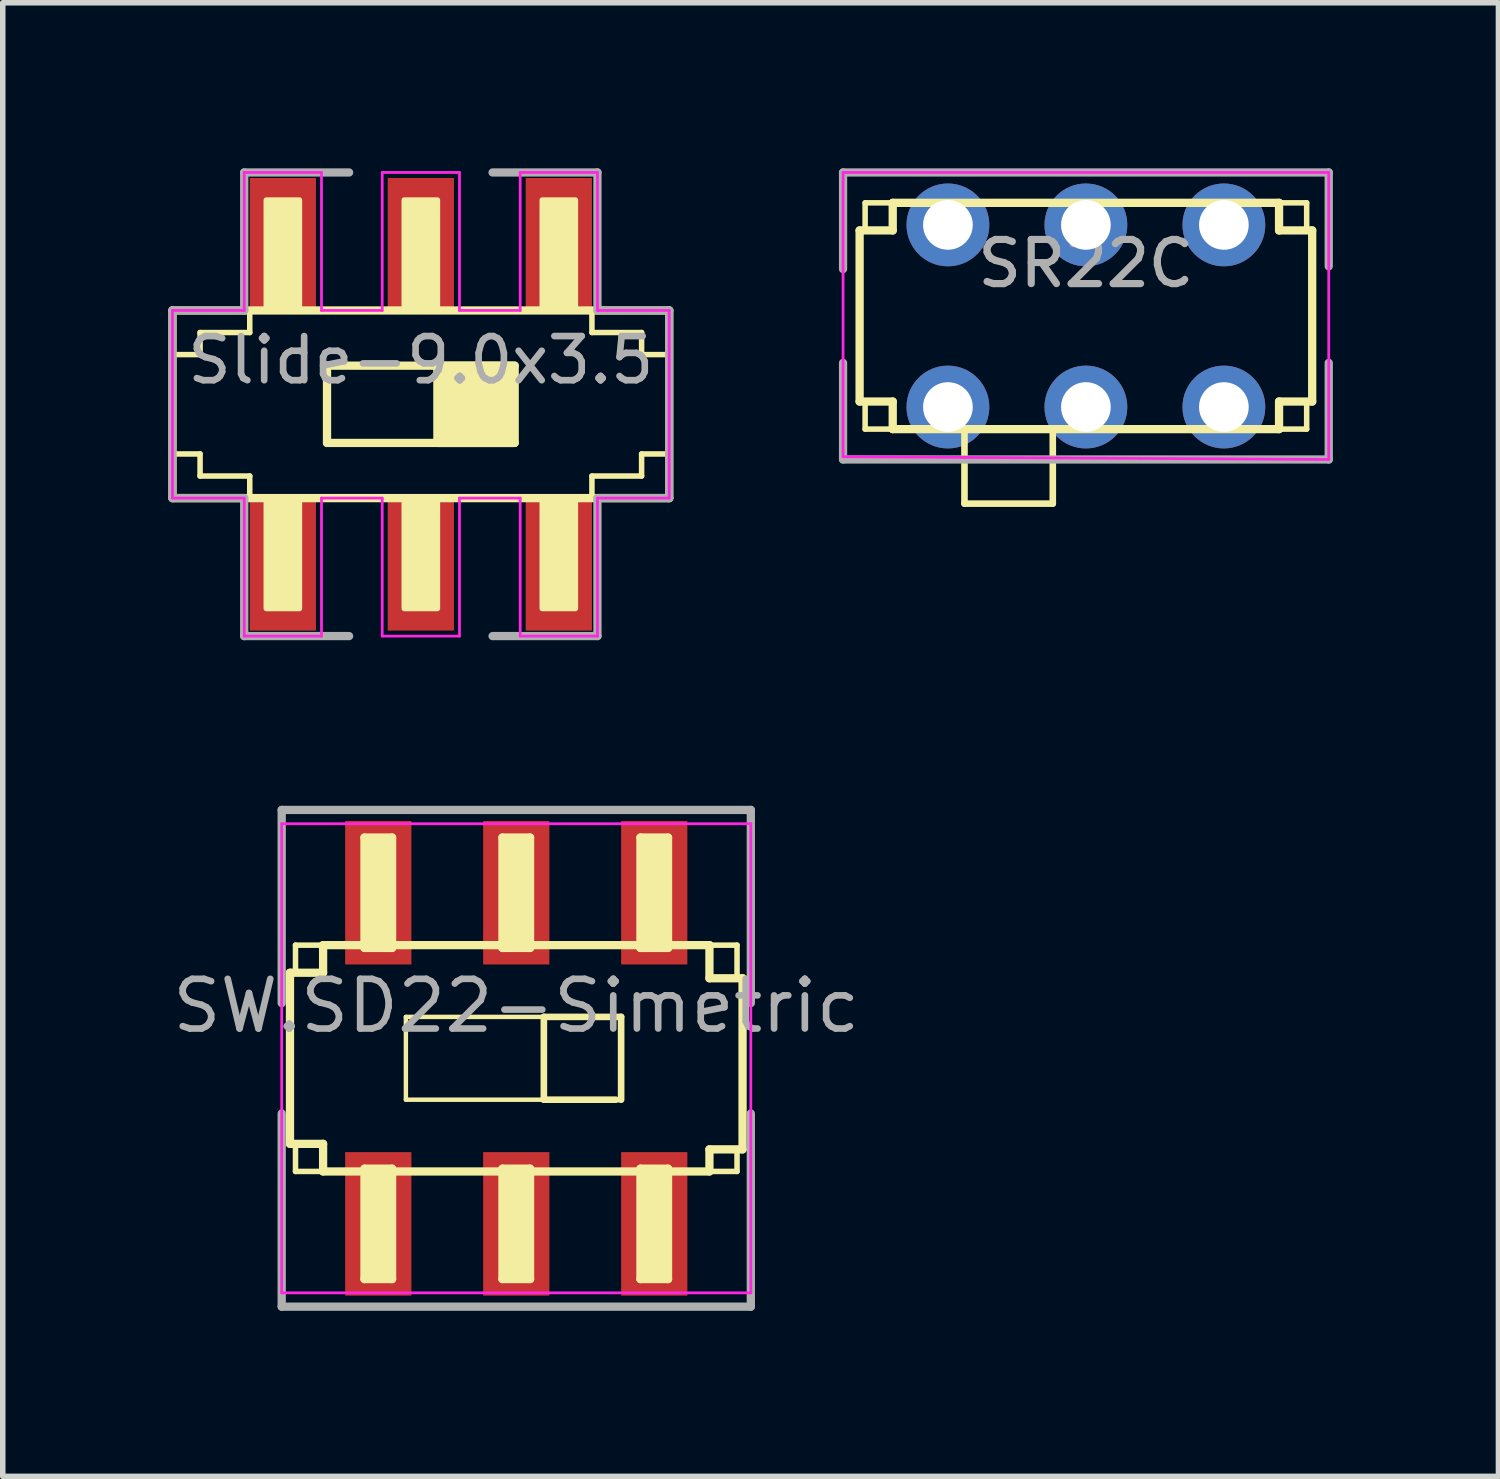
<source format=kicad_pcb>
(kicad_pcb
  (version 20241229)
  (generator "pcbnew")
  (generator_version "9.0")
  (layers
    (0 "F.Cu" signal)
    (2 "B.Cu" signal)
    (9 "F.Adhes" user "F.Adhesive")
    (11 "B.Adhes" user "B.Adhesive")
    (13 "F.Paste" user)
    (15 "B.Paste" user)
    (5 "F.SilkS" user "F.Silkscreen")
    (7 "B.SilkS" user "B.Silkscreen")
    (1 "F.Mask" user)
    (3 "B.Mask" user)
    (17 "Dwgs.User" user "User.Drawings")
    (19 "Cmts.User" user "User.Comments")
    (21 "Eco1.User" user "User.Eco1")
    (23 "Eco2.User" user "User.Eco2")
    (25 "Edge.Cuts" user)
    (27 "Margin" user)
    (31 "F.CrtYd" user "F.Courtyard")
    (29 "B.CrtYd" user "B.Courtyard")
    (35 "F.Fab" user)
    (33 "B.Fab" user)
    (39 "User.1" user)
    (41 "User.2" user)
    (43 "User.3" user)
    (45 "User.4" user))
  (footprint "Slide-9.0x3.5"
    (layer "F.Cu")
    (at 4.575 4.275)
    (property "Reference" "Slide-9.0x3.5" (at 0 -0.8 0) (layer "F.Fab") (effects (font (size 0.8 0.8) (thickness 0.12))))
    (attr through_hole)
    (fp_line (start -4.5 -1.7) (end -4.5 1.7) (stroke (width 0.15) (type solid)) (layer "F.SilkS"))
    (fp_line (start -4.5 -1.7) (end 4.5 -1.7) (stroke (width 0.15) (type solid)) (layer "F.SilkS"))
    (fp_line (start -4.5 0.9) (end -4 0.9) (stroke (width 0.1) (type solid)) (layer "F.SilkS"))
    (fp_line (start -4.5 1.7) (end 4.5 1.7) (stroke (width 0.15) (type solid)) (layer "F.SilkS"))
    (fp_line (start -4 -0.9) (end -4.5 -0.9) (stroke (width 0.1) (type solid)) (layer "F.SilkS"))
    (fp_line (start -4 -0.9) (end -4 -1.3) (stroke (width 0.1) (type solid)) (layer "F.SilkS"))
    (fp_line (start -4 1.3) (end -4 0.9) (stroke (width 0.1) (type solid)) (layer "F.SilkS"))
    (fp_line (start -4 1.3) (end -3.1 1.3) (stroke (width 0.1) (type solid)) (layer "F.SilkS"))
    (fp_line (start -3.1 -1.3) (end -4 -1.3) (stroke (width 0.1) (type solid)) (layer "F.SilkS"))
    (fp_line (start -3.1 -1.3) (end -3.1 -1.7) (stroke (width 0.1) (type solid)) (layer "F.SilkS"))
    (fp_line (start -3.1 1.7) (end -3.1 1.3) (stroke (width 0.1) (type solid)) (layer "F.SilkS"))
    (fp_line (start -1.7 -0.7) (end 1.7 -0.7) (stroke (width 0.15) (type solid)) (layer "F.SilkS"))
    (fp_line (start -1.7 0.7) (end -1.7 -0.7) (stroke (width 0.15) (type solid)) (layer "F.SilkS"))
    (fp_line (start -1.7 0.7) (end 1.7 0.7) (stroke (width 0.15) (type solid)) (layer "F.SilkS"))
    (fp_line (start 3.1 -1.7) (end 3.1 -1.3) (stroke (width 0.1) (type solid)) (layer "F.SilkS"))
    (fp_line (start 3.1 1.3) (end 3.1 1.7) (stroke (width 0.1) (type solid)) (layer "F.SilkS"))
    (fp_line (start 3.1 1.3) (end 4 1.3) (stroke (width 0.1) (type solid)) (layer "F.SilkS"))
    (fp_line (start 4 -1.3) (end 3.1 -1.3) (stroke (width 0.1) (type solid)) (layer "F.SilkS"))
    (fp_line (start 4 -1.3) (end 4 -0.9) (stroke (width 0.1) (type solid)) (layer "F.SilkS"))
    (fp_line (start 4 0.9) (end 4 1.3) (stroke (width 0.1) (type solid)) (layer "F.SilkS"))
    (fp_line (start 4 0.9) (end 4.5 0.9) (stroke (width 0.1) (type solid)) (layer "F.SilkS"))
    (fp_line (start 4.5 -1.7) (end 4.5 1.7) (stroke (width 0.15) (type solid)) (layer "F.SilkS"))
    (fp_line (start 4.5 -0.9) (end 4 -0.9) (stroke (width 0.1) (type solid)) (layer "F.SilkS"))
    (fp_rect (start -2.8 -3.7) (end -2.2 -1.7) (stroke (width 0.1) (type solid)) (fill yes) (layer "F.SilkS"))
    (fp_rect (start -2.8 1.7) (end -2.2 3.7) (stroke (width 0.1) (type solid)) (fill yes) (layer "F.SilkS"))
    (fp_rect (start -0.3 -3.7) (end 0.3 -1.7) (stroke (width 0.1) (type solid)) (fill yes) (layer "F.SilkS"))
    (fp_rect (start -0.3 1.7) (end 0.3 3.7) (stroke (width 0.1) (type solid)) (fill yes) (layer "F.SilkS"))
    (fp_rect (start 2.2 -3.7) (end 2.8 -1.7) (stroke (width 0.1) (type solid)) (fill yes) (layer "F.SilkS"))
    (fp_rect (start 2.2 1.7) (end 2.8 3.7) (stroke (width 0.1) (type solid)) (fill yes) (layer "F.SilkS"))
    (fp_poly (pts (xy 1.7 0.7) (xy 0.3 0.7) (xy 0.3 -0.7) (xy 1.7 -0.7)) (stroke (width 0.15) (type solid)) (fill yes) (layer "F.SilkS"))
    (fp_line (start -4.5 1.7) (end -4.5 -1.7) (stroke (width 0.05) (type solid)) (layer "F.CrtYd"))
    (fp_line (start -3.2 -4.2) (end -1.8 -4.2) (stroke (width 0.05) (type solid)) (layer "F.CrtYd"))
    (fp_line (start -3.2 -1.7) (end -4.5 -1.7) (stroke (width 0.05) (type solid)) (layer "F.CrtYd"))
    (fp_line (start -3.2 -1.7) (end -3.2 -4.2) (stroke (width 0.05) (type solid)) (layer "F.CrtYd"))
    (fp_line (start -3.2 1.7) (end -4.5 1.7) (stroke (width 0.05) (type solid)) (layer "F.CrtYd"))
    (fp_line (start -3.2 4.2) (end -3.2 1.7) (stroke (width 0.05) (type solid)) (layer "F.CrtYd"))
    (fp_line (start -3.2 4.2) (end -1.8 4.2) (stroke (width 0.05) (type solid)) (layer "F.CrtYd"))
    (fp_line (start -1.8 -1.7) (end -1.8 -4.2) (stroke (width 0.05) (type solid)) (layer "F.CrtYd"))
    (fp_line (start -1.8 -1.7) (end -0.7 -1.7) (stroke (width 0.05) (type solid)) (layer "F.CrtYd"))
    (fp_line (start -1.8 1.7) (end -0.7 1.7) (stroke (width 0.05) (type solid)) (layer "F.CrtYd"))
    (fp_line (start -1.8 4.2) (end -1.8 1.7) (stroke (width 0.05) (type solid)) (layer "F.CrtYd"))
    (fp_line (start -0.7 -4.2) (end 0.7 -4.2) (stroke (width 0.05) (type solid)) (layer "F.CrtYd"))
    (fp_line (start -0.7 -1.7) (end -0.7 -4.2) (stroke (width 0.05) (type solid)) (layer "F.CrtYd"))
    (fp_line (start -0.7 4.2) (end -0.7 1.7) (stroke (width 0.05) (type solid)) (layer "F.CrtYd"))
    (fp_line (start -0.7 4.2) (end 0.7 4.2) (stroke (width 0.05) (type solid)) (layer "F.CrtYd"))
    (fp_line (start 0.7 -1.7) (end 0.7 -4.2) (stroke (width 0.05) (type solid)) (layer "F.CrtYd"))
    (fp_line (start 0.7 -1.7) (end 1.8 -1.7) (stroke (width 0.05) (type solid)) (layer "F.CrtYd"))
    (fp_line (start 0.7 1.7) (end 1.8 1.7) (stroke (width 0.05) (type solid)) (layer "F.CrtYd"))
    (fp_line (start 0.7 4.2) (end 0.7 1.7) (stroke (width 0.05) (type solid)) (layer "F.CrtYd"))
    (fp_line (start 1.8 -4.2) (end 3.2 -4.2) (stroke (width 0.05) (type solid)) (layer "F.CrtYd"))
    (fp_line (start 1.8 -1.7) (end 1.8 -4.2) (stroke (width 0.05) (type solid)) (layer "F.CrtYd"))
    (fp_line (start 1.8 4.2) (end 1.8 1.7) (stroke (width 0.05) (type solid)) (layer "F.CrtYd"))
    (fp_line (start 1.8 4.2) (end 3.2 4.2) (stroke (width 0.05) (type solid)) (layer "F.CrtYd"))
    (fp_line (start 3.2 -1.7) (end 3.2 -4.2) (stroke (width 0.05) (type solid)) (layer "F.CrtYd"))
    (fp_line (start 3.2 4.2) (end 3.2 1.7) (stroke (width 0.05) (type solid)) (layer "F.CrtYd"))
    (fp_line (start 4.5 -1.7) (end 3.2 -1.7) (stroke (width 0.05) (type solid)) (layer "F.CrtYd"))
    (fp_line (start 4.5 1.7) (end 3.2 1.7) (stroke (width 0.05) (type solid)) (layer "F.CrtYd"))
    (fp_line (start 4.5 1.7) (end 4.5 -1.7) (stroke (width 0.05) (type solid)) (layer "F.CrtYd"))
    (fp_line (start -4.5 1.7) (end -4.5 -1.7) (stroke (width 0.15) (type solid)) (layer "F.Fab"))
    (fp_line (start -3.2 -4.2) (end -3.2 -1.7) (stroke (width 0.15) (type solid)) (layer "F.Fab"))
    (fp_line (start -3.2 -4.2) (end -1.3 -4.2) (stroke (width 0.15) (type solid)) (layer "F.Fab"))
    (fp_line (start -3.2 -1.7) (end -4.5 -1.7) (stroke (width 0.15) (type solid)) (layer "F.Fab"))
    (fp_line (start -3.2 1.7) (end -4.5 1.7) (stroke (width 0.15) (type solid)) (layer "F.Fab"))
    (fp_line (start -3.2 1.7) (end -3.2 4.2) (stroke (width 0.15) (type solid)) (layer "F.Fab"))
    (fp_line (start -3.2 4.2) (end -1.3 4.2) (stroke (width 0.15) (type solid)) (layer "F.Fab"))
    (fp_line (start 3.2 -4.2) (end 1.3 -4.2) (stroke (width 0.15) (type solid)) (layer "F.Fab"))
    (fp_line (start 3.2 -4.2) (end 3.2 -1.7) (stroke (width 0.15) (type solid)) (layer "F.Fab"))
    (fp_line (start 3.2 1.7) (end 3.2 4.2) (stroke (width 0.15) (type solid)) (layer "F.Fab"))
    (fp_line (start 3.2 4.2) (end 1.3 4.2) (stroke (width 0.15) (type solid)) (layer "F.Fab"))
    (fp_line (start 4.5 -1.7) (end 3.2 -1.7) (stroke (width 0.15) (type solid)) (layer "F.Fab"))
    (fp_line (start 4.5 1.7) (end 3.2 1.7) (stroke (width 0.15) (type solid)) (layer "F.Fab"))
    (fp_line (start 4.5 1.7) (end 4.5 -1.7) (stroke (width 0.15) (type solid)) (layer "F.Fab"))
    (pad "1" smd rect (at -2.5 -2.9) (size 1.2 2.4) (layers "F.Cu" "F.Mask" "F.Paste"))
    (pad "2" smd rect (at 0 -2.9) (size 1.2 2.4) (layers "F.Cu" "F.Mask" "F.Paste"))
    (pad "3" smd rect (at 2.5 -2.9) (size 1.2 2.4) (layers "F.Cu" "F.Mask" "F.Paste"))
    (pad "4" smd rect (at -2.5 2.9) (size 1.2 2.4) (layers "F.Cu" "F.Mask" "F.Paste"))
    (pad "5" smd rect (at 0 2.9) (size 1.2 2.4) (layers "F.Cu" "F.Mask" "F.Paste"))
    (pad "6" smd rect (at 2.5 2.9) (size 1.2 2.4) (layers "F.Cu" "F.Mask" "F.Paste")))
  (footprint "SR22C"
    (layer "F.Cu")
    (at 16.625 2.675)
    (property "Reference" "SR22C" (at 0 -0.95 0) (layer "F.Fab") (effects (font (size 0.8 0.8) (thickness 0.13))))
    (attr through_hole)
    (fp_line (start -4.1 -1.55) (end -4.1 1.55) (stroke (width 0.15) (type solid)) (layer "F.SilkS"))
    (fp_line (start -4.1 -1.55) (end -3.5 -1.55) (stroke (width 0.15) (type solid)) (layer "F.SilkS"))
    (fp_line (start -4.1 1.55) (end -3.5 1.55) (stroke (width 0.15) (type solid)) (layer "F.SilkS"))
    (fp_line (start -4 -2.05) (end -3.5 -2.05) (stroke (width 0.1) (type solid)) (layer "F.SilkS"))
    (fp_line (start -4 -1.55) (end -4 -2.05) (stroke (width 0.1) (type solid)) (layer "F.SilkS"))
    (fp_line (start -4 1.55) (end -4 2.05) (stroke (width 0.1) (type solid)) (layer "F.SilkS"))
    (fp_line (start -4 2.05) (end -3.5 2.05) (stroke (width 0.1) (type solid)) (layer "F.SilkS"))
    (fp_line (start -3.5 -2.05) (end -3.5 -1.55) (stroke (width 0.15) (type solid)) (layer "F.SilkS"))
    (fp_line (start -3.5 -2.05) (end 3.5 -2.05) (stroke (width 0.15) (type solid)) (layer "F.SilkS"))
    (fp_line (start -3.5 2.05) (end -3.5 1.55) (stroke (width 0.15) (type solid)) (layer "F.SilkS"))
    (fp_line (start -3.5 2.05) (end 3.5 2.05) (stroke (width 0.15) (type solid)) (layer "F.SilkS"))
    (fp_line (start -2.2 2.1) (end -2.2 3.4) (stroke (width 0.12) (type solid)) (layer "F.SilkS"))
    (fp_line (start -2.2 3.4) (end -0.6 3.4) (stroke (width 0.12) (type solid)) (layer "F.SilkS"))
    (fp_line (start -0.6 2.1) (end -0.6 3.4) (stroke (width 0.12) (type solid)) (layer "F.SilkS"))
    (fp_line (start 3.5 -2.05) (end 3.5 -1.55) (stroke (width 0.15) (type solid)) (layer "F.SilkS"))
    (fp_line (start 3.5 -2.05) (end 4 -2.05) (stroke (width 0.1) (type solid)) (layer "F.SilkS"))
    (fp_line (start 3.5 -1.55) (end 4.1 -1.55) (stroke (width 0.15) (type solid)) (layer "F.SilkS"))
    (fp_line (start 3.5 1.55) (end 3.5 2.05) (stroke (width 0.15) (type solid)) (layer "F.SilkS"))
    (fp_line (start 3.5 1.55) (end 4.1 1.55) (stroke (width 0.15) (type solid)) (layer "F.SilkS"))
    (fp_line (start 4 -2.05) (end 4 -1.55) (stroke (width 0.1) (type solid)) (layer "F.SilkS"))
    (fp_line (start 4 1.55) (end 4 2.05) (stroke (width 0.1) (type solid)) (layer "F.SilkS"))
    (fp_line (start 4 2.05) (end 3.5 2.05) (stroke (width 0.1) (type solid)) (layer "F.SilkS"))
    (fp_line (start 4.1 -1.55) (end 4.1 1.55) (stroke (width 0.15) (type solid)) (layer "F.SilkS"))
    (fp_line (start -4.4 -2.6) (end -4.4 2.55) (stroke (width 0.05) (type solid)) (layer "F.CrtYd"))
    (fp_line (start -4.4 2.55) (end 4.4 2.6) (stroke (width 0.05) (type solid)) (layer "F.CrtYd"))
    (fp_line (start 4.4 -2.6) (end -4.4 -2.6) (stroke (width 0.05) (type solid)) (layer "F.CrtYd"))
    (fp_line (start 4.4 2.6) (end 4.4 -2.6) (stroke (width 0.05) (type solid)) (layer "F.CrtYd"))
    (fp_line (start -4.4 -2.6) (end -4.4 -0.85) (stroke (width 0.15) (type solid)) (layer "F.Fab"))
    (fp_line (start -4.4 -2.6) (end 4.4 -2.6) (stroke (width 0.15) (type solid)) (layer "F.Fab"))
    (fp_line (start -4.4 0.85) (end -4.4 2.6) (stroke (width 0.15) (type solid)) (layer "F.Fab"))
    (fp_line (start -4.4 2.6) (end 4.4 2.6) (stroke (width 0.15) (type solid)) (layer "F.Fab"))
    (fp_line (start 4.4 -2.6) (end 4.4 -0.9) (stroke (width 0.15) (type solid)) (layer "F.Fab"))
    (fp_line (start 4.4 0.85) (end 4.4 2.6) (stroke (width 0.15) (type solid)) (layer "F.Fab"))
    (pad "1" thru_hole circle (at -2.5 -1.65) (size 1.5 1.5) (drill 0.9) (layers "*.Cu" "*.Mask"))
    (pad "1" thru_hole circle (at -2.5 1.65) (size 1.5 1.5) (drill 0.9) (layers "*.Cu" "*.Mask"))
    (pad "2" thru_hole circle (at 0 -1.65) (size 1.5 1.5) (drill 0.9) (layers "*.Cu" "*.Mask"))
    (pad "2" thru_hole circle (at 0 1.65) (size 1.5 1.5) (drill 0.9) (layers "*.Cu" "*.Mask"))
    (pad "3" thru_hole circle (at 2.5 -1.65) (size 1.5 1.5) (drill 0.9) (layers "*.Cu" "*.Mask"))
    (pad "3" thru_hole circle (at 2.5 1.65) (size 1.5 1.5) (drill 0.9) (layers "*.Cu" "*.Mask")))
  (footprint "SW.SD22-Simetric"
    (layer "F.Cu")
    (at 6.304 16.125)
    (property "Reference" "SW.SD22-Simetric" (at 0 -0.95 0) (layer "F.Fab") (effects (font (size 0.9 0.9) (thickness 0.12))))
    (attr through_hole)
    (fp_line (start -4.1 -1.55) (end -4.1 1.55) (stroke (width 0.15) (type solid)) (layer "F.SilkS"))
    (fp_line (start -4.1 -1.55) (end -3.5 -1.55) (stroke (width 0.15) (type solid)) (layer "F.SilkS"))
    (fp_line (start -4.1 1.55) (end -3.5 1.55) (stroke (width 0.15) (type solid)) (layer "F.SilkS"))
    (fp_line (start -4 -2.05) (end -3.5 -2.05) (stroke (width 0.1) (type solid)) (layer "F.SilkS"))
    (fp_line (start -4 -1.55) (end -4 -2.05) (stroke (width 0.1) (type solid)) (layer "F.SilkS"))
    (fp_line (start -4 1.55) (end -4 2.05) (stroke (width 0.1) (type solid)) (layer "F.SilkS"))
    (fp_line (start -4 2.05) (end -3.5 2.05) (stroke (width 0.1) (type solid)) (layer "F.SilkS"))
    (fp_line (start -3.5 -2.05) (end -3.5 -1.55) (stroke (width 0.15) (type solid)) (layer "F.SilkS"))
    (fp_line (start -3.5 -2.05) (end 3.5 -2.05) (stroke (width 0.15) (type solid)) (layer "F.SilkS"))
    (fp_line (start -3.5 2.05) (end -3.5 1.55) (stroke (width 0.15) (type solid)) (layer "F.SilkS"))
    (fp_line (start -3.5 2.05) (end 3.5 2.05) (stroke (width 0.15) (type solid)) (layer "F.SilkS"))
    (fp_line (start -2.75 -4) (end -2.25 -4) (stroke (width 0.15) (type solid)) (layer "F.SilkS"))
    (fp_line (start -2.75 -2) (end -2.75 -4) (stroke (width 0.15) (type solid)) (layer "F.SilkS"))
    (fp_line (start -2.75 -2) (end -2.25 -2) (stroke (width 0.15) (type solid)) (layer "F.SilkS"))
    (fp_line (start -2.75 2) (end -2.25 2) (stroke (width 0.15) (type solid)) (layer "F.SilkS"))
    (fp_line (start -2.75 4) (end -2.75 2) (stroke (width 0.15) (type solid)) (layer "F.SilkS"))
    (fp_line (start -2.6 -2.2) (end -2.6 -3.85) (stroke (width 0.3) (type solid)) (layer "F.SilkS"))
    (fp_line (start -2.6 3.85) (end -2.6 2.15) (stroke (width 0.3) (type solid)) (layer "F.SilkS"))
    (fp_line (start -2.4 -3.85) (end -2.4 -2.2) (stroke (width 0.3) (type solid)) (layer "F.SilkS"))
    (fp_line (start -2.4 2.15) (end -2.4 3.85) (stroke (width 0.3) (type solid)) (layer "F.SilkS"))
    (fp_line (start -2.25 -4) (end -2.25 -2) (stroke (width 0.15) (type solid)) (layer "F.SilkS"))
    (fp_line (start -2.25 2) (end -2.25 4) (stroke (width 0.15) (type solid)) (layer "F.SilkS"))
    (fp_line (start -2.25 4) (end -2.75 4) (stroke (width 0.15) (type solid)) (layer "F.SilkS"))
    (fp_line (start -2 -0.75) (end 0.5 -0.75) (stroke (width 0.08) (type solid)) (layer "F.SilkS"))
    (fp_line (start -2 0.75) (end -2 -0.75) (stroke (width 0.08) (type solid)) (layer "F.SilkS"))
    (fp_line (start -0.25 -4) (end 0.25 -4) (stroke (width 0.15) (type solid)) (layer "F.SilkS"))
    (fp_line (start -0.25 -2) (end -0.25 -4) (stroke (width 0.15) (type solid)) (layer "F.SilkS"))
    (fp_line (start -0.25 2) (end 0.25 2) (stroke (width 0.15) (type solid)) (layer "F.SilkS"))
    (fp_line (start -0.25 4) (end -0.25 2) (stroke (width 0.15) (type solid)) (layer "F.SilkS"))
    (fp_line (start -0.1 -2.2) (end -0.1 -3.85) (stroke (width 0.3) (type solid)) (layer "F.SilkS"))
    (fp_line (start -0.1 3.85) (end -0.1 2.15) (stroke (width 0.3) (type solid)) (layer "F.SilkS"))
    (fp_line (start 0.1 -3.85) (end 0.1 -2.2) (stroke (width 0.3) (type solid)) (layer "F.SilkS"))
    (fp_line (start 0.1 2.15) (end 0.1 3.85) (stroke (width 0.3) (type solid)) (layer "F.SilkS"))
    (fp_line (start 0.25 -4) (end 0.25 -2) (stroke (width 0.15) (type solid)) (layer "F.SilkS"))
    (fp_line (start 0.25 -2) (end -0.25 -2) (stroke (width 0.15) (type solid)) (layer "F.SilkS"))
    (fp_line (start 0.25 2) (end 0.25 4) (stroke (width 0.15) (type solid)) (layer "F.SilkS"))
    (fp_line (start 0.25 4) (end -0.25 4) (stroke (width 0.15) (type solid)) (layer "F.SilkS"))
    (fp_line (start 0.5 -0.75) (end 0.5 0.75) (stroke (width 0.12) (type solid)) (layer "F.SilkS"))
    (fp_line (start 0.5 0.75) (end -2 0.75) (stroke (width 0.08) (type solid)) (layer "F.SilkS"))
    (fp_line (start 0.5 0.75) (end 1.8 0.75) (stroke (width 0.12) (type solid)) (layer "F.SilkS"))
    (fp_line (start 1.8 0.75) (end 1.9 0.75) (stroke (width 0.1) (type solid)) (layer "F.SilkS"))
    (fp_line (start 1.9 -0.75) (end 0.5 -0.75) (stroke (width 0.12) (type solid)) (layer "F.SilkS"))
    (fp_line (start 1.9 0.75) (end 1.9 -0.75) (stroke (width 0.12) (type solid)) (layer "F.SilkS"))
    (fp_line (start 2.25 -4) (end 2.75 -4) (stroke (width 0.15) (type solid)) (layer "F.SilkS"))
    (fp_line (start 2.25 -2) (end 2.25 -4) (stroke (width 0.15) (type solid)) (layer "F.SilkS"))
    (fp_line (start 2.25 2) (end 2.75 2) (stroke (width 0.15) (type solid)) (layer "F.SilkS"))
    (fp_line (start 2.25 4) (end 2.25 2) (stroke (width 0.15) (type solid)) (layer "F.SilkS"))
    (fp_line (start 2.4 -2.2) (end 2.4 -3.9) (stroke (width 0.3) (type solid)) (layer "F.SilkS"))
    (fp_line (start 2.4 3.85) (end 2.4 2.15) (stroke (width 0.3) (type solid)) (layer "F.SilkS"))
    (fp_line (start 2.6 -3.9) (end 2.6 -2.2) (stroke (width 0.3) (type solid)) (layer "F.SilkS"))
    (fp_line (start 2.6 2.1) (end 2.6 3.85) (stroke (width 0.3) (type solid)) (layer "F.SilkS"))
    (fp_line (start 2.75 -4) (end 2.75 -2) (stroke (width 0.15) (type solid)) (layer "F.SilkS"))
    (fp_line (start 2.75 -2) (end 2.25 -2) (stroke (width 0.15) (type solid)) (layer "F.SilkS"))
    (fp_line (start 2.75 2) (end 2.75 4) (stroke (width 0.15) (type solid)) (layer "F.SilkS"))
    (fp_line (start 2.75 4) (end 2.25 4) (stroke (width 0.15) (type solid)) (layer "F.SilkS"))
    (fp_line (start 3.5 -2.05) (end 3.5 -1.45) (stroke (width 0.15) (type solid)) (layer "F.SilkS"))
    (fp_line (start 3.5 -2.05) (end 4 -2.05) (stroke (width 0.1) (type solid)) (layer "F.SilkS"))
    (fp_line (start 3.5 -1.45) (end 4.1 -1.45) (stroke (width 0.15) (type solid)) (layer "F.SilkS"))
    (fp_line (start 3.5 1.65) (end 3.5 2.05) (stroke (width 0.15) (type solid)) (layer "F.SilkS"))
    (fp_line (start 3.5 1.65) (end 4.1 1.65) (stroke (width 0.15) (type solid)) (layer "F.SilkS"))
    (fp_line (start 4 -2.05) (end 4 -1.45) (stroke (width 0.1) (type solid)) (layer "F.SilkS"))
    (fp_line (start 4 1.65) (end 4 2.05) (stroke (width 0.1) (type solid)) (layer "F.SilkS"))
    (fp_line (start 4 2.05) (end 3.5 2.05) (stroke (width 0.1) (type solid)) (layer "F.SilkS"))
    (fp_line (start 4.1 -1.45) (end 4.1 1.65) (stroke (width 0.15) (type solid)) (layer "F.SilkS"))
    (fp_line (start -4.25 -4.25) (end 4.25 -4.25) (stroke (width 0.05) (type solid)) (layer "F.CrtYd"))
    (fp_line (start -4.25 4.25) (end -4.25 -4.25) (stroke (width 0.05) (type solid)) (layer "F.CrtYd"))
    (fp_line (start 4.25 -4.25) (end 4.25 4.25) (stroke (width 0.05) (type solid)) (layer "F.CrtYd"))
    (fp_line (start 4.25 4.25) (end -4.25 4.25) (stroke (width 0.05) (type solid)) (layer "F.CrtYd"))
    (fp_line (start -4.25 -4.5) (end 4.25 -4.5) (stroke (width 0.15) (type solid)) (layer "F.Fab"))
    (fp_line (start -4.25 -1) (end -4.25 -4.5) (stroke (width 0.15) (type solid)) (layer "F.Fab"))
    (fp_line (start -4.25 4.5) (end -4.25 1) (stroke (width 0.15) (type solid)) (layer "F.Fab"))
    (fp_line (start 4.25 -4.5) (end 4.25 -1) (stroke (width 0.15) (type solid)) (layer "F.Fab"))
    (fp_line (start 4.25 1) (end 4.25 4.5) (stroke (width 0.15) (type solid)) (layer "F.Fab"))
    (fp_line (start 4.25 4.5) (end -4.25 4.5) (stroke (width 0.15) (type solid)) (layer "F.Fab"))
    (pad "1" smd rect (at -2.5 -3) (size 1.2 2.6) (layers "F.Cu" "F.Mask" "F.Paste"))
    (pad "1" smd rect (at -2.5 3) (size 1.2 2.6) (layers "F.Cu" "F.Mask" "F.Paste"))
    (pad "2" smd rect (at 0 -3) (size 1.2 2.6) (layers "F.Cu" "F.Mask" "F.Paste"))
    (pad "2" smd rect (at 0 3) (size 1.2 2.6) (layers "F.Cu" "F.Mask" "F.Paste"))
    (pad "3" smd rect (at 2.5 -3) (size 1.2 2.6) (layers "F.Cu" "F.Mask" "F.Paste"))
    (pad "3" smd rect (at 2.5 3) (size 1.2 2.6) (layers "F.Cu" "F.Mask" "F.Paste")))
  (gr_rect
    (start -3 -3)
    (end 24.1 23.7)
    (stroke (width 0.1) (type default))
    (fill no)
    (layer "Edge.Cuts")))
</source>
